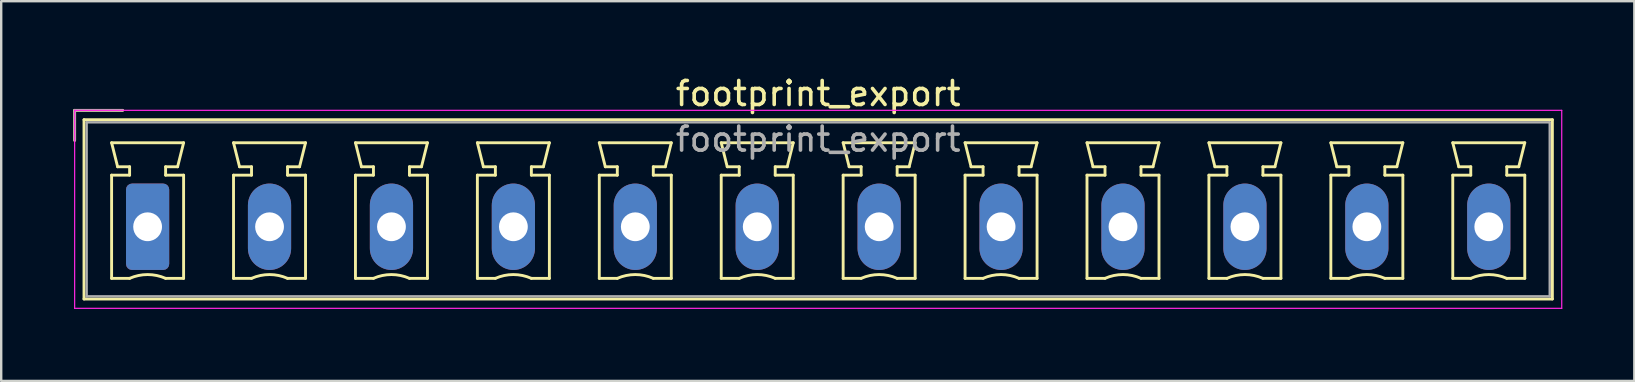
<source format=kicad_pcb>
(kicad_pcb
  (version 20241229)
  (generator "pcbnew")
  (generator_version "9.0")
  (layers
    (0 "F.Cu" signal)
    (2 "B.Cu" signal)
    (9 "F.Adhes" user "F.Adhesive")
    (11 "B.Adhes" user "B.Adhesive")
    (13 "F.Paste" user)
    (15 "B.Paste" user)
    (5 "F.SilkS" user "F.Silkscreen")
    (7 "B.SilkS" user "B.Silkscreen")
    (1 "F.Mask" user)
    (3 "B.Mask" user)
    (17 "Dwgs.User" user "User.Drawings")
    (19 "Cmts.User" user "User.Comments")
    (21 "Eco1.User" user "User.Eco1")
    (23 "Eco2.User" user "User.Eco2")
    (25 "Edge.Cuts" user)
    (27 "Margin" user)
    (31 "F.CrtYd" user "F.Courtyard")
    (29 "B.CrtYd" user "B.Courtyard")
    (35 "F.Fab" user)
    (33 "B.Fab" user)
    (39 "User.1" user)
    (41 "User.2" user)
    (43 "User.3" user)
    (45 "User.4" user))
  (footprint "footprint_export"
    (layer "F.Cu")
    (at 3.1 6.398)
    (property "Reference" "footprint_export" (at 27.94 -5.55 0) (layer "F.SilkS") (effects (font (size 1 1) (thickness 0.15))))
    (attr through_hole)
    (fp_line (start -3.04 -4.85) (end -1.04 -4.85) (stroke (width 0.12) (type solid)) (layer "F.SilkS"))
    (fp_line (start -3.04 -3.6) (end -3.04 -4.85) (stroke (width 0.12) (type solid)) (layer "F.SilkS"))
    (fp_line (start -2.65 -4.46) (end -2.65 3.01) (stroke (width 0.12) (type solid)) (layer "F.SilkS"))
    (fp_line (start -2.65 3.01) (end 58.53 3.01) (stroke (width 0.12) (type solid)) (layer "F.SilkS"))
    (fp_line (start -1.5 -3.5) (end 1.5 -3.5) (stroke (width 0.12) (type solid)) (layer "F.SilkS"))
    (fp_line (start -1.5 -2.15) (end -0.75 -2.15) (stroke (width 0.12) (type solid)) (layer "F.SilkS"))
    (fp_line (start -1.5 2.15) (end -1.5 -2.15) (stroke (width 0.12) (type solid)) (layer "F.SilkS"))
    (fp_line (start -1.25 -2.5) (end -1.5 -3.5) (stroke (width 0.12) (type solid)) (layer "F.SilkS"))
    (fp_line (start -0.75 -2.5) (end -1.25 -2.5) (stroke (width 0.12) (type solid)) (layer "F.SilkS"))
    (fp_line (start -0.75 -2.15) (end -0.75 -2.5) (stroke (width 0.12) (type solid)) (layer "F.SilkS"))
    (fp_line (start -0.75 2.15) (end -1.5 2.15) (stroke (width 0.12) (type solid)) (layer "F.SilkS"))
    (fp_line (start 0.75 -2.5) (end 0.75 -2.15) (stroke (width 0.12) (type solid)) (layer "F.SilkS"))
    (fp_line (start 0.75 -2.15) (end 1.5 -2.15) (stroke (width 0.12) (type solid)) (layer "F.SilkS"))
    (fp_line (start 1.25 -2.5) (end 0.75 -2.5) (stroke (width 0.12) (type solid)) (layer "F.SilkS"))
    (fp_line (start 1.5 -3.5) (end 1.25 -2.5) (stroke (width 0.12) (type solid)) (layer "F.SilkS"))
    (fp_line (start 1.5 -2.15) (end 1.5 2.15) (stroke (width 0.12) (type solid)) (layer "F.SilkS"))
    (fp_line (start 1.5 2.15) (end 0.75 2.15) (stroke (width 0.12) (type solid)) (layer "F.SilkS"))
    (fp_line (start 3.58 -3.5) (end 6.58 -3.5) (stroke (width 0.12) (type solid)) (layer "F.SilkS"))
    (fp_line (start 3.58 -2.15) (end 4.33 -2.15) (stroke (width 0.12) (type solid)) (layer "F.SilkS"))
    (fp_line (start 3.58 2.15) (end 3.58 -2.15) (stroke (width 0.12) (type solid)) (layer "F.SilkS"))
    (fp_line (start 3.83 -2.5) (end 3.58 -3.5) (stroke (width 0.12) (type solid)) (layer "F.SilkS"))
    (fp_line (start 4.33 -2.5) (end 3.83 -2.5) (stroke (width 0.12) (type solid)) (layer "F.SilkS"))
    (fp_line (start 4.33 -2.15) (end 4.33 -2.5) (stroke (width 0.12) (type solid)) (layer "F.SilkS"))
    (fp_line (start 4.33 2.15) (end 3.58 2.15) (stroke (width 0.12) (type solid)) (layer "F.SilkS"))
    (fp_line (start 5.83 -2.5) (end 5.83 -2.15) (stroke (width 0.12) (type solid)) (layer "F.SilkS"))
    (fp_line (start 5.83 -2.15) (end 6.58 -2.15) (stroke (width 0.12) (type solid)) (layer "F.SilkS"))
    (fp_line (start 6.33 -2.5) (end 5.83 -2.5) (stroke (width 0.12) (type solid)) (layer "F.SilkS"))
    (fp_line (start 6.58 -3.5) (end 6.33 -2.5) (stroke (width 0.12) (type solid)) (layer "F.SilkS"))
    (fp_line (start 6.58 -2.15) (end 6.58 2.15) (stroke (width 0.12) (type solid)) (layer "F.SilkS"))
    (fp_line (start 6.58 2.15) (end 5.83 2.15) (stroke (width 0.12) (type solid)) (layer "F.SilkS"))
    (fp_line (start 8.66 -3.5) (end 11.66 -3.5) (stroke (width 0.12) (type solid)) (layer "F.SilkS"))
    (fp_line (start 8.66 -2.15) (end 9.41 -2.15) (stroke (width 0.12) (type solid)) (layer "F.SilkS"))
    (fp_line (start 8.66 2.15) (end 8.66 -2.15) (stroke (width 0.12) (type solid)) (layer "F.SilkS"))
    (fp_line (start 8.91 -2.5) (end 8.66 -3.5) (stroke (width 0.12) (type solid)) (layer "F.SilkS"))
    (fp_line (start 9.41 -2.5) (end 8.91 -2.5) (stroke (width 0.12) (type solid)) (layer "F.SilkS"))
    (fp_line (start 9.41 -2.15) (end 9.41 -2.5) (stroke (width 0.12) (type solid)) (layer "F.SilkS"))
    (fp_line (start 9.41 2.15) (end 8.66 2.15) (stroke (width 0.12) (type solid)) (layer "F.SilkS"))
    (fp_line (start 10.91 -2.5) (end 10.91 -2.15) (stroke (width 0.12) (type solid)) (layer "F.SilkS"))
    (fp_line (start 10.91 -2.15) (end 11.66 -2.15) (stroke (width 0.12) (type solid)) (layer "F.SilkS"))
    (fp_line (start 11.41 -2.5) (end 10.91 -2.5) (stroke (width 0.12) (type solid)) (layer "F.SilkS"))
    (fp_line (start 11.66 -3.5) (end 11.41 -2.5) (stroke (width 0.12) (type solid)) (layer "F.SilkS"))
    (fp_line (start 11.66 -2.15) (end 11.66 2.15) (stroke (width 0.12) (type solid)) (layer "F.SilkS"))
    (fp_line (start 11.66 2.15) (end 10.91 2.15) (stroke (width 0.12) (type solid)) (layer "F.SilkS"))
    (fp_line (start 13.74 -3.5) (end 16.74 -3.5) (stroke (width 0.12) (type solid)) (layer "F.SilkS"))
    (fp_line (start 13.74 -2.15) (end 14.49 -2.15) (stroke (width 0.12) (type solid)) (layer "F.SilkS"))
    (fp_line (start 13.74 2.15) (end 13.74 -2.15) (stroke (width 0.12) (type solid)) (layer "F.SilkS"))
    (fp_line (start 13.99 -2.5) (end 13.74 -3.5) (stroke (width 0.12) (type solid)) (layer "F.SilkS"))
    (fp_line (start 14.49 -2.5) (end 13.99 -2.5) (stroke (width 0.12) (type solid)) (layer "F.SilkS"))
    (fp_line (start 14.49 -2.15) (end 14.49 -2.5) (stroke (width 0.12) (type solid)) (layer "F.SilkS"))
    (fp_line (start 14.49 2.15) (end 13.74 2.15) (stroke (width 0.12) (type solid)) (layer "F.SilkS"))
    (fp_line (start 15.99 -2.5) (end 15.99 -2.15) (stroke (width 0.12) (type solid)) (layer "F.SilkS"))
    (fp_line (start 15.99 -2.15) (end 16.74 -2.15) (stroke (width 0.12) (type solid)) (layer "F.SilkS"))
    (fp_line (start 16.49 -2.5) (end 15.99 -2.5) (stroke (width 0.12) (type solid)) (layer "F.SilkS"))
    (fp_line (start 16.74 -3.5) (end 16.49 -2.5) (stroke (width 0.12) (type solid)) (layer "F.SilkS"))
    (fp_line (start 16.74 -2.15) (end 16.74 2.15) (stroke (width 0.12) (type solid)) (layer "F.SilkS"))
    (fp_line (start 16.74 2.15) (end 15.99 2.15) (stroke (width 0.12) (type solid)) (layer "F.SilkS"))
    (fp_line (start 18.82 -3.5) (end 21.82 -3.5) (stroke (width 0.12) (type solid)) (layer "F.SilkS"))
    (fp_line (start 18.82 -2.15) (end 19.57 -2.15) (stroke (width 0.12) (type solid)) (layer "F.SilkS"))
    (fp_line (start 18.82 2.15) (end 18.82 -2.15) (stroke (width 0.12) (type solid)) (layer "F.SilkS"))
    (fp_line (start 19.07 -2.5) (end 18.82 -3.5) (stroke (width 0.12) (type solid)) (layer "F.SilkS"))
    (fp_line (start 19.57 -2.5) (end 19.07 -2.5) (stroke (width 0.12) (type solid)) (layer "F.SilkS"))
    (fp_line (start 19.57 -2.15) (end 19.57 -2.5) (stroke (width 0.12) (type solid)) (layer "F.SilkS"))
    (fp_line (start 19.57 2.15) (end 18.82 2.15) (stroke (width 0.12) (type solid)) (layer "F.SilkS"))
    (fp_line (start 21.07 -2.5) (end 21.07 -2.15) (stroke (width 0.12) (type solid)) (layer "F.SilkS"))
    (fp_line (start 21.07 -2.15) (end 21.82 -2.15) (stroke (width 0.12) (type solid)) (layer "F.SilkS"))
    (fp_line (start 21.57 -2.5) (end 21.07 -2.5) (stroke (width 0.12) (type solid)) (layer "F.SilkS"))
    (fp_line (start 21.82 -3.5) (end 21.57 -2.5) (stroke (width 0.12) (type solid)) (layer "F.SilkS"))
    (fp_line (start 21.82 -2.15) (end 21.82 2.15) (stroke (width 0.12) (type solid)) (layer "F.SilkS"))
    (fp_line (start 21.82 2.15) (end 21.07 2.15) (stroke (width 0.12) (type solid)) (layer "F.SilkS"))
    (fp_line (start 23.9 -3.5) (end 26.9 -3.5) (stroke (width 0.12) (type solid)) (layer "F.SilkS"))
    (fp_line (start 23.9 -2.15) (end 24.65 -2.15) (stroke (width 0.12) (type solid)) (layer "F.SilkS"))
    (fp_line (start 23.9 2.15) (end 23.9 -2.15) (stroke (width 0.12) (type solid)) (layer "F.SilkS"))
    (fp_line (start 24.15 -2.5) (end 23.9 -3.5) (stroke (width 0.12) (type solid)) (layer "F.SilkS"))
    (fp_line (start 24.65 -2.5) (end 24.15 -2.5) (stroke (width 0.12) (type solid)) (layer "F.SilkS"))
    (fp_line (start 24.65 -2.15) (end 24.65 -2.5) (stroke (width 0.12) (type solid)) (layer "F.SilkS"))
    (fp_line (start 24.65 2.15) (end 23.9 2.15) (stroke (width 0.12) (type solid)) (layer "F.SilkS"))
    (fp_line (start 26.15 -2.5) (end 26.15 -2.15) (stroke (width 0.12) (type solid)) (layer "F.SilkS"))
    (fp_line (start 26.15 -2.15) (end 26.9 -2.15) (stroke (width 0.12) (type solid)) (layer "F.SilkS"))
    (fp_line (start 26.65 -2.5) (end 26.15 -2.5) (stroke (width 0.12) (type solid)) (layer "F.SilkS"))
    (fp_line (start 26.9 -3.5) (end 26.65 -2.5) (stroke (width 0.12) (type solid)) (layer "F.SilkS"))
    (fp_line (start 26.9 -2.15) (end 26.9 2.15) (stroke (width 0.12) (type solid)) (layer "F.SilkS"))
    (fp_line (start 26.9 2.15) (end 26.15 2.15) (stroke (width 0.12) (type solid)) (layer "F.SilkS"))
    (fp_line (start 28.98 -3.5) (end 31.98 -3.5) (stroke (width 0.12) (type solid)) (layer "F.SilkS"))
    (fp_line (start 28.98 -2.15) (end 29.73 -2.15) (stroke (width 0.12) (type solid)) (layer "F.SilkS"))
    (fp_line (start 28.98 2.15) (end 28.98 -2.15) (stroke (width 0.12) (type solid)) (layer "F.SilkS"))
    (fp_line (start 29.23 -2.5) (end 28.98 -3.5) (stroke (width 0.12) (type solid)) (layer "F.SilkS"))
    (fp_line (start 29.73 -2.5) (end 29.23 -2.5) (stroke (width 0.12) (type solid)) (layer "F.SilkS"))
    (fp_line (start 29.73 -2.15) (end 29.73 -2.5) (stroke (width 0.12) (type solid)) (layer "F.SilkS"))
    (fp_line (start 29.73 2.15) (end 28.98 2.15) (stroke (width 0.12) (type solid)) (layer "F.SilkS"))
    (fp_line (start 31.23 -2.5) (end 31.23 -2.15) (stroke (width 0.12) (type solid)) (layer "F.SilkS"))
    (fp_line (start 31.23 -2.15) (end 31.98 -2.15) (stroke (width 0.12) (type solid)) (layer "F.SilkS"))
    (fp_line (start 31.73 -2.5) (end 31.23 -2.5) (stroke (width 0.12) (type solid)) (layer "F.SilkS"))
    (fp_line (start 31.98 -3.5) (end 31.73 -2.5) (stroke (width 0.12) (type solid)) (layer "F.SilkS"))
    (fp_line (start 31.98 -2.15) (end 31.98 2.15) (stroke (width 0.12) (type solid)) (layer "F.SilkS"))
    (fp_line (start 31.98 2.15) (end 31.23 2.15) (stroke (width 0.12) (type solid)) (layer "F.SilkS"))
    (fp_line (start 34.06 -3.5) (end 37.06 -3.5) (stroke (width 0.12) (type solid)) (layer "F.SilkS"))
    (fp_line (start 34.06 -2.15) (end 34.81 -2.15) (stroke (width 0.12) (type solid)) (layer "F.SilkS"))
    (fp_line (start 34.06 2.15) (end 34.06 -2.15) (stroke (width 0.12) (type solid)) (layer "F.SilkS"))
    (fp_line (start 34.31 -2.5) (end 34.06 -3.5) (stroke (width 0.12) (type solid)) (layer "F.SilkS"))
    (fp_line (start 34.81 -2.5) (end 34.31 -2.5) (stroke (width 0.12) (type solid)) (layer "F.SilkS"))
    (fp_line (start 34.81 -2.15) (end 34.81 -2.5) (stroke (width 0.12) (type solid)) (layer "F.SilkS"))
    (fp_line (start 34.81 2.15) (end 34.06 2.15) (stroke (width 0.12) (type solid)) (layer "F.SilkS"))
    (fp_line (start 36.31 -2.5) (end 36.31 -2.15) (stroke (width 0.12) (type solid)) (layer "F.SilkS"))
    (fp_line (start 36.31 -2.15) (end 37.06 -2.15) (stroke (width 0.12) (type solid)) (layer "F.SilkS"))
    (fp_line (start 36.81 -2.5) (end 36.31 -2.5) (stroke (width 0.12) (type solid)) (layer "F.SilkS"))
    (fp_line (start 37.06 -3.5) (end 36.81 -2.5) (stroke (width 0.12) (type solid)) (layer "F.SilkS"))
    (fp_line (start 37.06 -2.15) (end 37.06 2.15) (stroke (width 0.12) (type solid)) (layer "F.SilkS"))
    (fp_line (start 37.06 2.15) (end 36.31 2.15) (stroke (width 0.12) (type solid)) (layer "F.SilkS"))
    (fp_line (start 39.14 -3.5) (end 42.14 -3.5) (stroke (width 0.12) (type solid)) (layer "F.SilkS"))
    (fp_line (start 39.14 -2.15) (end 39.89 -2.15) (stroke (width 0.12) (type solid)) (layer "F.SilkS"))
    (fp_line (start 39.14 2.15) (end 39.14 -2.15) (stroke (width 0.12) (type solid)) (layer "F.SilkS"))
    (fp_line (start 39.39 -2.5) (end 39.14 -3.5) (stroke (width 0.12) (type solid)) (layer "F.SilkS"))
    (fp_line (start 39.89 -2.5) (end 39.39 -2.5) (stroke (width 0.12) (type solid)) (layer "F.SilkS"))
    (fp_line (start 39.89 -2.15) (end 39.89 -2.5) (stroke (width 0.12) (type solid)) (layer "F.SilkS"))
    (fp_line (start 39.89 2.15) (end 39.14 2.15) (stroke (width 0.12) (type solid)) (layer "F.SilkS"))
    (fp_line (start 41.39 -2.5) (end 41.39 -2.15) (stroke (width 0.12) (type solid)) (layer "F.SilkS"))
    (fp_line (start 41.39 -2.15) (end 42.14 -2.15) (stroke (width 0.12) (type solid)) (layer "F.SilkS"))
    (fp_line (start 41.89 -2.5) (end 41.39 -2.5) (stroke (width 0.12) (type solid)) (layer "F.SilkS"))
    (fp_line (start 42.14 -3.5) (end 41.89 -2.5) (stroke (width 0.12) (type solid)) (layer "F.SilkS"))
    (fp_line (start 42.14 -2.15) (end 42.14 2.15) (stroke (width 0.12) (type solid)) (layer "F.SilkS"))
    (fp_line (start 42.14 2.15) (end 41.39 2.15) (stroke (width 0.12) (type solid)) (layer "F.SilkS"))
    (fp_line (start 44.22 -3.5) (end 47.22 -3.5) (stroke (width 0.12) (type solid)) (layer "F.SilkS"))
    (fp_line (start 44.22 -2.15) (end 44.97 -2.15) (stroke (width 0.12) (type solid)) (layer "F.SilkS"))
    (fp_line (start 44.22 2.15) (end 44.22 -2.15) (stroke (width 0.12) (type solid)) (layer "F.SilkS"))
    (fp_line (start 44.47 -2.5) (end 44.22 -3.5) (stroke (width 0.12) (type solid)) (layer "F.SilkS"))
    (fp_line (start 44.97 -2.5) (end 44.47 -2.5) (stroke (width 0.12) (type solid)) (layer "F.SilkS"))
    (fp_line (start 44.97 -2.15) (end 44.97 -2.5) (stroke (width 0.12) (type solid)) (layer "F.SilkS"))
    (fp_line (start 44.97 2.15) (end 44.22 2.15) (stroke (width 0.12) (type solid)) (layer "F.SilkS"))
    (fp_line (start 46.47 -2.5) (end 46.47 -2.15) (stroke (width 0.12) (type solid)) (layer "F.SilkS"))
    (fp_line (start 46.47 -2.15) (end 47.22 -2.15) (stroke (width 0.12) (type solid)) (layer "F.SilkS"))
    (fp_line (start 46.97 -2.5) (end 46.47 -2.5) (stroke (width 0.12) (type solid)) (layer "F.SilkS"))
    (fp_line (start 47.22 -3.5) (end 46.97 -2.5) (stroke (width 0.12) (type solid)) (layer "F.SilkS"))
    (fp_line (start 47.22 -2.15) (end 47.22 2.15) (stroke (width 0.12) (type solid)) (layer "F.SilkS"))
    (fp_line (start 47.22 2.15) (end 46.47 2.15) (stroke (width 0.12) (type solid)) (layer "F.SilkS"))
    (fp_line (start 49.3 -3.5) (end 52.3 -3.5) (stroke (width 0.12) (type solid)) (layer "F.SilkS"))
    (fp_line (start 49.3 -2.15) (end 50.05 -2.15) (stroke (width 0.12) (type solid)) (layer "F.SilkS"))
    (fp_line (start 49.3 2.15) (end 49.3 -2.15) (stroke (width 0.12) (type solid)) (layer "F.SilkS"))
    (fp_line (start 49.55 -2.5) (end 49.3 -3.5) (stroke (width 0.12) (type solid)) (layer "F.SilkS"))
    (fp_line (start 50.05 -2.5) (end 49.55 -2.5) (stroke (width 0.12) (type solid)) (layer "F.SilkS"))
    (fp_line (start 50.05 -2.15) (end 50.05 -2.5) (stroke (width 0.12) (type solid)) (layer "F.SilkS"))
    (fp_line (start 50.05 2.15) (end 49.3 2.15) (stroke (width 0.12) (type solid)) (layer "F.SilkS"))
    (fp_line (start 51.55 -2.5) (end 51.55 -2.15) (stroke (width 0.12) (type solid)) (layer "F.SilkS"))
    (fp_line (start 51.55 -2.15) (end 52.3 -2.15) (stroke (width 0.12) (type solid)) (layer "F.SilkS"))
    (fp_line (start 52.05 -2.5) (end 51.55 -2.5) (stroke (width 0.12) (type solid)) (layer "F.SilkS"))
    (fp_line (start 52.3 -3.5) (end 52.05 -2.5) (stroke (width 0.12) (type solid)) (layer "F.SilkS"))
    (fp_line (start 52.3 -2.15) (end 52.3 2.15) (stroke (width 0.12) (type solid)) (layer "F.SilkS"))
    (fp_line (start 52.3 2.15) (end 51.55 2.15) (stroke (width 0.12) (type solid)) (layer "F.SilkS"))
    (fp_line (start 54.38 -3.5) (end 57.38 -3.5) (stroke (width 0.12) (type solid)) (layer "F.SilkS"))
    (fp_line (start 54.38 -2.15) (end 55.13 -2.15) (stroke (width 0.12) (type solid)) (layer "F.SilkS"))
    (fp_line (start 54.38 2.15) (end 54.38 -2.15) (stroke (width 0.12) (type solid)) (layer "F.SilkS"))
    (fp_line (start 54.63 -2.5) (end 54.38 -3.5) (stroke (width 0.12) (type solid)) (layer "F.SilkS"))
    (fp_line (start 55.13 -2.5) (end 54.63 -2.5) (stroke (width 0.12) (type solid)) (layer "F.SilkS"))
    (fp_line (start 55.13 -2.15) (end 55.13 -2.5) (stroke (width 0.12) (type solid)) (layer "F.SilkS"))
    (fp_line (start 55.13 2.15) (end 54.38 2.15) (stroke (width 0.12) (type solid)) (layer "F.SilkS"))
    (fp_line (start 56.63 -2.5) (end 56.63 -2.15) (stroke (width 0.12) (type solid)) (layer "F.SilkS"))
    (fp_line (start 56.63 -2.15) (end 57.38 -2.15) (stroke (width 0.12) (type solid)) (layer "F.SilkS"))
    (fp_line (start 57.13 -2.5) (end 56.63 -2.5) (stroke (width 0.12) (type solid)) (layer "F.SilkS"))
    (fp_line (start 57.38 -3.5) (end 57.13 -2.5) (stroke (width 0.12) (type solid)) (layer "F.SilkS"))
    (fp_line (start 57.38 -2.15) (end 57.38 2.15) (stroke (width 0.12) (type solid)) (layer "F.SilkS"))
    (fp_line (start 57.38 2.15) (end 56.63 2.15) (stroke (width 0.12) (type solid)) (layer "F.SilkS"))
    (fp_line (start 58.53 -4.46) (end -2.65 -4.46) (stroke (width 0.12) (type solid)) (layer "F.SilkS"))
    (fp_line (start 58.53 3.01) (end 58.53 -4.46) (stroke (width 0.12) (type solid)) (layer "F.SilkS"))
    (fp_arc (start -0.75 2.15) (mid -0.000193 1.99191) (end 0.749647 2.149844) (stroke (width 0.12) (type solid)) (layer "F.SilkS"))
    (fp_arc (start 4.33 2.15) (mid 5.079807 1.99191) (end 5.829647 2.149844) (stroke (width 0.12) (type solid)) (layer "F.SilkS"))
    (fp_arc (start 9.41 2.15) (mid 10.159807 1.99191) (end 10.909647 2.149844) (stroke (width 0.12) (type solid)) (layer "F.SilkS"))
    (fp_arc (start 14.49 2.15) (mid 15.239807 1.99191) (end 15.989647 2.149844) (stroke (width 0.12) (type solid)) (layer "F.SilkS"))
    (fp_arc (start 19.57 2.15) (mid 20.319807 1.99191) (end 21.069647 2.149844) (stroke (width 0.12) (type solid)) (layer "F.SilkS"))
    (fp_arc (start 24.65 2.15) (mid 25.399807 1.99191) (end 26.149647 2.149844) (stroke (width 0.12) (type solid)) (layer "F.SilkS"))
    (fp_arc (start 29.73 2.15) (mid 30.479807 1.99191) (end 31.229647 2.149844) (stroke (width 0.12) (type solid)) (layer "F.SilkS"))
    (fp_arc (start 34.81 2.15) (mid 35.559807 1.99191) (end 36.309647 2.149844) (stroke (width 0.12) (type solid)) (layer "F.SilkS"))
    (fp_arc (start 39.89 2.15) (mid 40.639807 1.99191) (end 41.389647 2.149844) (stroke (width 0.12) (type solid)) (layer "F.SilkS"))
    (fp_arc (start 44.97 2.15) (mid 45.719807 1.99191) (end 46.469647 2.149844) (stroke (width 0.12) (type solid)) (layer "F.SilkS"))
    (fp_arc (start 50.05 2.15) (mid 50.799807 1.99191) (end 51.549647 2.149844) (stroke (width 0.12) (type solid)) (layer "F.SilkS"))
    (fp_arc (start 55.13 2.15) (mid 55.879807 1.99191) (end 56.629647 2.149844) (stroke (width 0.12) (type solid)) (layer "F.SilkS"))
    (fp_line (start -3.04 -4.85) (end -3.04 3.4) (stroke (width 0.05) (type solid)) (layer "F.CrtYd"))
    (fp_line (start -3.04 3.4) (end 58.92 3.4) (stroke (width 0.05) (type solid)) (layer "F.CrtYd"))
    (fp_line (start 58.92 -4.85) (end -3.04 -4.85) (stroke (width 0.05) (type solid)) (layer "F.CrtYd"))
    (fp_line (start 58.92 3.4) (end 58.92 -4.85) (stroke (width 0.05) (type solid)) (layer "F.CrtYd"))
    (fp_line (start -3.04 -4.85) (end -1.04 -4.85) (stroke (width 0.1) (type solid)) (layer "F.Fab"))
    (fp_line (start -3.04 -3.6) (end -3.04 -4.85) (stroke (width 0.1) (type solid)) (layer "F.Fab"))
    (fp_line (start -2.54 -4.35) (end -2.54 2.9) (stroke (width 0.1) (type solid)) (layer "F.Fab"))
    (fp_line (start -2.54 2.9) (end 58.42 2.9) (stroke (width 0.1) (type solid)) (layer "F.Fab"))
    (fp_line (start 58.42 -4.35) (end -2.54 -4.35) (stroke (width 0.1) (type solid)) (layer "F.Fab"))
    (fp_line (start 58.42 2.9) (end 58.42 -4.35) (stroke (width 0.1) (type solid)) (layer "F.Fab"))
    (fp_text user "${REFERENCE}" (at 27.94 -3.65 0) (layer "F.Fab") (effects (font (size 1 1) (thickness 0.15))))
    (pad "1" thru_hole roundrect (at 0 0) (size 1.8 3.6) (drill 1.2) (layers "*.Cu" "*.Mask") (roundrect_rratio 0.139))
    (pad "2" thru_hole oval (at 5.08 0) (size 1.8 3.6) (drill 1.2) (layers "*.Cu" "*.Mask"))
    (pad "3" thru_hole oval (at 10.16 0) (size 1.8 3.6) (drill 1.2) (layers "*.Cu" "*.Mask"))
    (pad "4" thru_hole oval (at 15.24 0) (size 1.8 3.6) (drill 1.2) (layers "*.Cu" "*.Mask"))
    (pad "5" thru_hole oval (at 20.32 0) (size 1.8 3.6) (drill 1.2) (layers "*.Cu" "*.Mask"))
    (pad "6" thru_hole oval (at 25.4 0) (size 1.8 3.6) (drill 1.2) (layers "*.Cu" "*.Mask"))
    (pad "7" thru_hole oval (at 30.48 0) (size 1.8 3.6) (drill 1.2) (layers "*.Cu" "*.Mask"))
    (pad "8" thru_hole oval (at 35.56 0) (size 1.8 3.6) (drill 1.2) (layers "*.Cu" "*.Mask"))
    (pad "9" thru_hole oval (at 40.64 0) (size 1.8 3.6) (drill 1.2) (layers "*.Cu" "*.Mask"))
    (pad "10" thru_hole oval (at 45.72 0) (size 1.8 3.6) (drill 1.2) (layers "*.Cu" "*.Mask"))
    (pad "11" thru_hole oval (at 50.8 0) (size 1.8 3.6) (drill 1.2) (layers "*.Cu" "*.Mask"))
    (pad "12" thru_hole oval (at 55.88 0) (size 1.8 3.6) (drill 1.2) (layers "*.Cu" "*.Mask")))
  (gr_rect
    (start -3 -3)
    (end 65.045 12.823)
    (stroke (width 0.1) (type default))
    (fill no)
    (layer "Edge.Cuts")))
</source>
